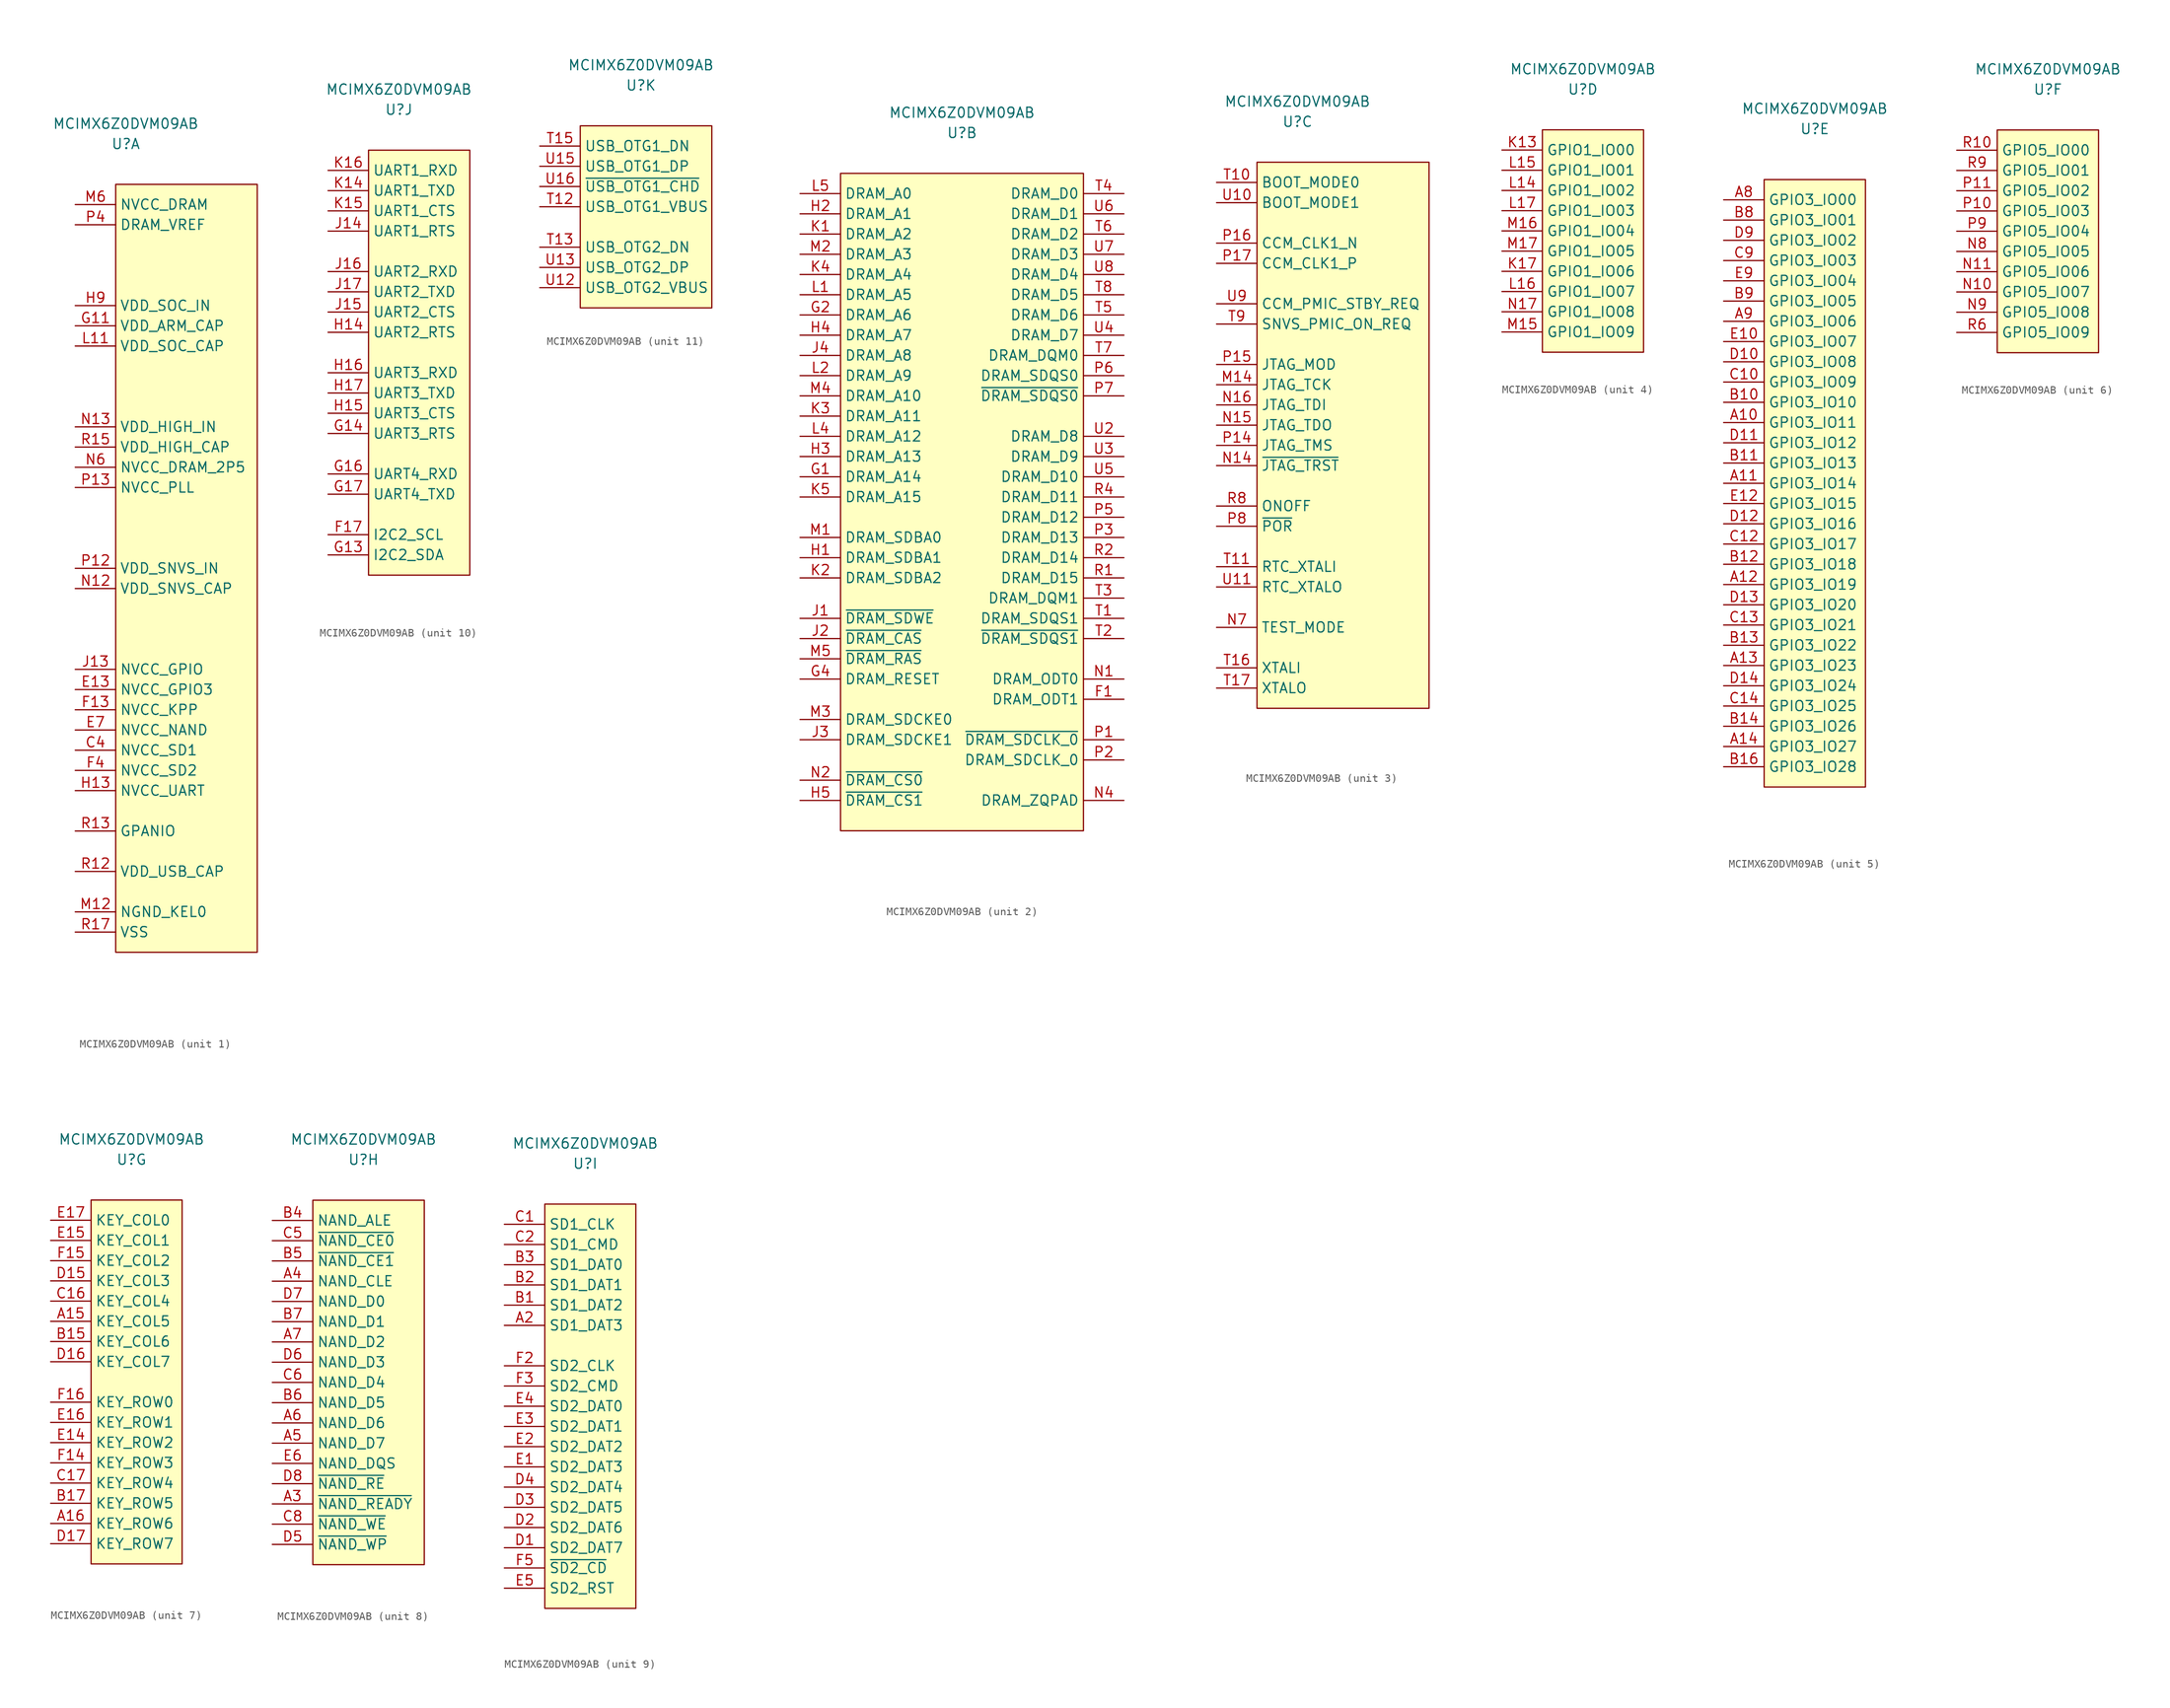
<source format=kicad_sym>
(kicad_symbol_lib
  (version 20220914)
  (generator kicad_symbol_editor)
  (symbol "MCIMX6Z0DVM09AB"
    (property "Reference" "U"
      (at 0 5.08 0)
      (effects (font (size 1.27 1.27))))
    (property "Value" "MCIMX6Z0DVM09AB"
      (at 0 7.62 0)
      (effects (font (size 1.27 1.27))))
    (property "ki_locked" ""
      (at 0 0 0)
      (effects (font (size 1.27 1.27))))
    (symbol "MCIMX6Z0DVM09AB_1_1"
      (rectangle (start -1.27 0) (end 16.51 -96.52) (stroke (width 0.152) (type default)) (fill (type background)))
      (pin passive line (at -6.35 -93.98 0) (length 5.08) hide (name "VSS" (effects (font (size 1.27 1.27)))) (number "A1" (effects (font (size 1.27 1.27)))))
      (pin passive line (at -6.35 -93.98 0) (length 5.08) hide (name "VSS" (effects (font (size 1.27 1.27)))) (number "A17" (effects (font (size 1.27 1.27)))))
      (pin passive line (at -6.35 -93.98 0) (length 5.08) hide (name "VSS" (effects (font (size 1.27 1.27)))) (number "C11" (effects (font (size 1.27 1.27)))))
      (pin passive line (at -6.35 -93.98 0) (length 5.08) hide (name "VSS" (effects (font (size 1.27 1.27)))) (number "C15" (effects (font (size 1.27 1.27)))))
      (pin passive line (at -6.35 -93.98 0) (length 5.08) hide (name "VSS" (effects (font (size 1.27 1.27)))) (number "C3" (effects (font (size 1.27 1.27)))))
      (pin passive line (at -6.35 -71.12 0) (length 5.08) (name "NVCC_SD1" (effects (font (size 1.27 1.27)))) (number "C4" (effects (font (size 1.27 1.27)))))
      (pin passive line (at -6.35 -93.98 0) (length 5.08) hide (name "VSS" (effects (font (size 1.27 1.27)))) (number "C7" (effects (font (size 1.27 1.27)))))
      (pin passive line (at -6.35 -93.98 0) (length 5.08) hide (name "VSS" (effects (font (size 1.27 1.27)))) (number "E11" (effects (font (size 1.27 1.27)))))
      (pin passive line (at -6.35 -63.5 0) (length 5.08) (name "NVCC_GPIO3" (effects (font (size 1.27 1.27)))) (number "E13" (effects (font (size 1.27 1.27)))))
      (pin passive line (at -6.35 -68.58 0) (length 5.08) (name "NVCC_NAND" (effects (font (size 1.27 1.27)))) (number "E7" (effects (font (size 1.27 1.27)))))
      (pin passive line (at -6.35 -93.98 0) (length 5.08) hide (name "VSS" (effects (font (size 1.27 1.27)))) (number "E8" (effects (font (size 1.27 1.27)))))
      (pin passive line (at -6.35 -93.98 0) (length 5.08) hide (name "VSS" (effects (font (size 1.27 1.27)))) (number "F10" (effects (font (size 1.27 1.27)))))
      (pin passive line (at -6.35 -93.98 0) (length 5.08) hide (name "VSS" (effects (font (size 1.27 1.27)))) (number "F11" (effects (font (size 1.27 1.27)))))
      (pin passive line (at -6.35 -93.98 0) (length 5.08) hide (name "VSS" (effects (font (size 1.27 1.27)))) (number "F12" (effects (font (size 1.27 1.27)))))
      (pin passive line (at -6.35 -66.04 0) (length 5.08) (name "NVCC_KPP" (effects (font (size 1.27 1.27)))) (number "F13" (effects (font (size 1.27 1.27)))))
      (pin passive line (at -6.35 -73.66 0) (length 5.08) (name "NVCC_SD2" (effects (font (size 1.27 1.27)))) (number "F4" (effects (font (size 1.27 1.27)))))
      (pin passive line (at -6.35 -93.98 0) (length 5.08) hide (name "VSS" (effects (font (size 1.27 1.27)))) (number "F6" (effects (font (size 1.27 1.27)))))
      (pin passive line (at -6.35 -93.98 0) (length 5.08) hide (name "VSS" (effects (font (size 1.27 1.27)))) (number "F7" (effects (font (size 1.27 1.27)))))
      (pin passive line (at -6.35 -93.98 0) (length 5.08) hide (name "VSS" (effects (font (size 1.27 1.27)))) (number "F8" (effects (font (size 1.27 1.27)))))
      (pin passive line (at -6.35 -93.98 0) (length 5.08) hide (name "VSS" (effects (font (size 1.27 1.27)))) (number "F9" (effects (font (size 1.27 1.27)))))
      (pin passive line (at -6.35 -17.78 0) (length 5.08) hide (name "VDD_ARM_CAP" (effects (font (size 1.27 1.27)))) (number "G10" (effects (font (size 1.27 1.27)))))
      (pin passive line (at -6.35 -17.78 0) (length 5.08) (name "VDD_ARM_CAP" (effects (font (size 1.27 1.27)))) (number "G11" (effects (font (size 1.27 1.27)))))
      (pin passive line (at -6.35 -93.98 0) (length 5.08) hide (name "VSS" (effects (font (size 1.27 1.27)))) (number "G12" (effects (font (size 1.27 1.27)))))
      (pin passive line (at -6.35 -93.98 0) (length 5.08) hide (name "VSS" (effects (font (size 1.27 1.27)))) (number "G15" (effects (font (size 1.27 1.27)))))
      (pin passive line (at -6.35 -93.98 0) (length 5.08) hide (name "VSS" (effects (font (size 1.27 1.27)))) (number "G3" (effects (font (size 1.27 1.27)))))
      (pin passive line (at -6.35 -93.98 0) (length 5.08) hide (name "VSS" (effects (font (size 1.27 1.27)))) (number "G5" (effects (font (size 1.27 1.27)))))
      (pin passive line (at -6.35 -2.54 0) (length 5.08) hide (name "NVCC_DRAM" (effects (font (size 1.27 1.27)))) (number "G6" (effects (font (size 1.27 1.27)))))
      (pin passive line (at -6.35 -93.98 0) (length 5.08) hide (name "VSS" (effects (font (size 1.27 1.27)))) (number "G7" (effects (font (size 1.27 1.27)))))
      (pin passive line (at -6.35 -20.32 0) (length 5.08) hide (name "VDD_SOC_CAP" (effects (font (size 1.27 1.27)))) (number "G8" (effects (font (size 1.27 1.27)))))
      (pin passive line (at -6.35 -17.78 0) (length 5.08) hide (name "VDD_ARM_CAP" (effects (font (size 1.27 1.27)))) (number "G9" (effects (font (size 1.27 1.27)))))
      (pin passive line (at -6.35 -15.24 0) (length 5.08) hide (name "VDD_SOC_IN" (effects (font (size 1.27 1.27)))) (number "H10" (effects (font (size 1.27 1.27)))))
      (pin passive line (at -6.35 -17.78 0) (length 5.08) hide (name "VDD_ARM_CAP" (effects (font (size 1.27 1.27)))) (number "H11" (effects (font (size 1.27 1.27)))))
      (pin passive line (at -6.35 -93.98 0) (length 5.08) hide (name "VSS" (effects (font (size 1.27 1.27)))) (number "H12" (effects (font (size 1.27 1.27)))))
      (pin passive line (at -6.35 -76.2 0) (length 5.08) (name "NVCC_UART" (effects (font (size 1.27 1.27)))) (number "H13" (effects (font (size 1.27 1.27)))))
      (pin passive line (at -6.35 -2.54 0) (length 5.08) hide (name "NVCC_DRAM" (effects (font (size 1.27 1.27)))) (number "H6" (effects (font (size 1.27 1.27)))))
      (pin passive line (at -6.35 -93.98 0) (length 5.08) hide (name "VSS" (effects (font (size 1.27 1.27)))) (number "H7" (effects (font (size 1.27 1.27)))))
      (pin passive line (at -6.35 -20.32 0) (length 5.08) hide (name "VDD_SOC_CAP" (effects (font (size 1.27 1.27)))) (number "H8" (effects (font (size 1.27 1.27)))))
      (pin passive line (at -6.35 -15.24 0) (length 5.08) (name "VDD_SOC_IN" (effects (font (size 1.27 1.27)))) (number "H9" (effects (font (size 1.27 1.27)))))
      (pin passive line (at -6.35 -15.24 0) (length 5.08) hide (name "VDD_SOC_IN" (effects (font (size 1.27 1.27)))) (number "J10" (effects (font (size 1.27 1.27)))))
      (pin passive line (at -6.35 -20.32 0) (length 5.08) hide (name "VDD_SOC_CAP" (effects (font (size 1.27 1.27)))) (number "J11" (effects (font (size 1.27 1.27)))))
      (pin passive line (at -6.35 -93.98 0) (length 5.08) hide (name "VSS" (effects (font (size 1.27 1.27)))) (number "J12" (effects (font (size 1.27 1.27)))))
      (pin passive line (at -6.35 -60.96 0) (length 5.08) (name "NVCC_GPIO" (effects (font (size 1.27 1.27)))) (number "J13" (effects (font (size 1.27 1.27)))))
      (pin passive line (at -6.35 -93.98 0) (length 5.08) hide (name "VSS" (effects (font (size 1.27 1.27)))) (number "J5" (effects (font (size 1.27 1.27)))))
      (pin passive line (at -6.35 -2.54 0) (length 5.08) hide (name "NVCC_DRAM" (effects (font (size 1.27 1.27)))) (number "J6" (effects (font (size 1.27 1.27)))))
      (pin passive line (at -6.35 -93.98 0) (length 5.08) hide (name "VSS" (effects (font (size 1.27 1.27)))) (number "J7" (effects (font (size 1.27 1.27)))))
      (pin passive line (at -6.35 -20.32 0) (length 5.08) hide (name "VDD_SOC_CAP" (effects (font (size 1.27 1.27)))) (number "J8" (effects (font (size 1.27 1.27)))))
      (pin passive line (at -6.35 -15.24 0) (length 5.08) hide (name "VDD_SOC_IN" (effects (font (size 1.27 1.27)))) (number "J9" (effects (font (size 1.27 1.27)))))
      (pin passive line (at -6.35 -15.24 0) (length 5.08) hide (name "VDD_SOC_IN" (effects (font (size 1.27 1.27)))) (number "K10" (effects (font (size 1.27 1.27)))))
      (pin passive line (at -6.35 -20.32 0) (length 5.08) hide (name "VDD_SOC_CAP" (effects (font (size 1.27 1.27)))) (number "K11" (effects (font (size 1.27 1.27)))))
      (pin passive line (at -6.35 -93.98 0) (length 5.08) hide (name "VSS" (effects (font (size 1.27 1.27)))) (number "K12" (effects (font (size 1.27 1.27)))))
      (pin passive line (at -6.35 -2.54 0) (length 5.08) hide (name "NVCC_DRAM" (effects (font (size 1.27 1.27)))) (number "K6" (effects (font (size 1.27 1.27)))))
      (pin passive line (at -6.35 -93.98 0) (length 5.08) hide (name "VSS" (effects (font (size 1.27 1.27)))) (number "K7" (effects (font (size 1.27 1.27)))))
      (pin passive line (at -6.35 -20.32 0) (length 5.08) hide (name "VDD_SOC_CAP" (effects (font (size 1.27 1.27)))) (number "K8" (effects (font (size 1.27 1.27)))))
      (pin passive line (at -6.35 -15.24 0) (length 5.08) hide (name "VDD_SOC_IN" (effects (font (size 1.27 1.27)))) (number "K9" (effects (font (size 1.27 1.27)))))
      (pin passive line (at -6.35 -20.32 0) (length 5.08) hide (name "VDD_SOC_CAP" (effects (font (size 1.27 1.27)))) (number "L10" (effects (font (size 1.27 1.27)))))
      (pin passive line (at -6.35 -20.32 0) (length 5.08) (name "VDD_SOC_CAP" (effects (font (size 1.27 1.27)))) (number "L11" (effects (font (size 1.27 1.27)))))
      (pin passive line (at -6.35 -93.98 0) (length 5.08) hide (name "VSS" (effects (font (size 1.27 1.27)))) (number "L12" (effects (font (size 1.27 1.27)))))
      (pin passive line (at -6.35 -30.48 0) (length 5.08) hide (name "VDD_HIGH_IN" (effects (font (size 1.27 1.27)))) (number "L13" (effects (font (size 1.27 1.27)))))
      (pin passive line (at -6.35 -93.98 0) (length 5.08) hide (name "VSS" (effects (font (size 1.27 1.27)))) (number "L3" (effects (font (size 1.27 1.27)))))
      (pin passive line (at -6.35 -2.54 0) (length 5.08) hide (name "NVCC_DRAM" (effects (font (size 1.27 1.27)))) (number "L6" (effects (font (size 1.27 1.27)))))
      (pin passive line (at -6.35 -93.98 0) (length 5.08) hide (name "VSS" (effects (font (size 1.27 1.27)))) (number "L7" (effects (font (size 1.27 1.27)))))
      (pin passive line (at -6.35 -20.32 0) (length 5.08) hide (name "VDD_SOC_CAP" (effects (font (size 1.27 1.27)))) (number "L8" (effects (font (size 1.27 1.27)))))
      (pin passive line (at -6.35 -20.32 0) (length 5.08) hide (name "VDD_SOC_CAP" (effects (font (size 1.27 1.27)))) (number "L9" (effects (font (size 1.27 1.27)))))
      (pin passive line (at -6.35 -93.98 0) (length 5.08) hide (name "VSS" (effects (font (size 1.27 1.27)))) (number "M10" (effects (font (size 1.27 1.27)))))
      (pin passive line (at -6.35 -93.98 0) (length 5.08) hide (name "VSS" (effects (font (size 1.27 1.27)))) (number "M11" (effects (font (size 1.27 1.27)))))
      (pin passive line (at -6.35 -91.44 0) (length 5.08) (name "NGND_KEL0" (effects (font (size 1.27 1.27)))) (number "M12" (effects (font (size 1.27 1.27)))))
      (pin passive line (at -6.35 -30.48 0) (length 5.08) hide (name "VDD_HIGH_IN" (effects (font (size 1.27 1.27)))) (number "M13" (effects (font (size 1.27 1.27)))))
      (pin passive line (at -6.35 -2.54 0) (length 5.08) (name "NVCC_DRAM" (effects (font (size 1.27 1.27)))) (number "M6" (effects (font (size 1.27 1.27)))))
      (pin passive line (at -6.35 -93.98 0) (length 5.08) hide (name "VSS" (effects (font (size 1.27 1.27)))) (number "M7" (effects (font (size 1.27 1.27)))))
      (pin passive line (at -6.35 -93.98 0) (length 5.08) hide (name "VSS" (effects (font (size 1.27 1.27)))) (number "M8" (effects (font (size 1.27 1.27)))))
      (pin passive line (at -6.35 -93.98 0) (length 5.08) hide (name "VSS" (effects (font (size 1.27 1.27)))) (number "M9" (effects (font (size 1.27 1.27)))))
      (pin passive line (at -6.35 -50.8 0) (length 5.08) (name "VDD_SNVS_CAP" (effects (font (size 1.27 1.27)))) (number "N12" (effects (font (size 1.27 1.27)))))
      (pin passive line (at -6.35 -30.48 0) (length 5.08) (name "VDD_HIGH_IN" (effects (font (size 1.27 1.27)))) (number "N13" (effects (font (size 1.27 1.27)))))
      (pin passive line (at -6.35 -93.98 0) (length 5.08) hide (name "VSS" (effects (font (size 1.27 1.27)))) (number "N3" (effects (font (size 1.27 1.27)))))
      (pin passive line (at -6.35 -93.98 0) (length 5.08) hide (name "VSS" (effects (font (size 1.27 1.27)))) (number "N5" (effects (font (size 1.27 1.27)))))
      (pin passive line (at -6.35 -35.56 0) (length 5.08) (name "NVCC_DRAM_2P5" (effects (font (size 1.27 1.27)))) (number "N6" (effects (font (size 1.27 1.27)))))
      (pin passive line (at -6.35 -48.26 0) (length 5.08) (name "VDD_SNVS_IN" (effects (font (size 1.27 1.27)))) (number "P12" (effects (font (size 1.27 1.27)))))
      (pin passive line (at -6.35 -38.1 0) (length 5.08) (name "NVCC_PLL" (effects (font (size 1.27 1.27)))) (number "P13" (effects (font (size 1.27 1.27)))))
      (pin passive line (at -6.35 -5.08 0) (length 5.08) (name "DRAM_VREF" (effects (font (size 1.27 1.27)))) (number "P4" (effects (font (size 1.27 1.27)))))
      (pin passive line (at -6.35 -93.98 0) (length 5.08) hide (name "VSS" (effects (font (size 1.27 1.27)))) (number "R11" (effects (font (size 1.27 1.27)))))
      (pin passive line (at -6.35 -86.36 0) (length 5.08) (name "VDD_USB_CAP" (effects (font (size 1.27 1.27)))) (number "R12" (effects (font (size 1.27 1.27)))))
      (pin passive line (at -6.35 -81.28 0) (length 5.08) (name "GPANIO" (effects (font (size 1.27 1.27)))) (number "R13" (effects (font (size 1.27 1.27)))))
      (pin passive line (at -6.35 -33.02 0) (length 5.08) hide (name "VDD_HIGH_CAP" (effects (font (size 1.27 1.27)))) (number "R14" (effects (font (size 1.27 1.27)))))
      (pin passive line (at -6.35 -33.02 0) (length 5.08) (name "VDD_HIGH_CAP" (effects (font (size 1.27 1.27)))) (number "R15" (effects (font (size 1.27 1.27)))))
      (pin passive line (at -6.35 -93.98 0) (length 5.08) hide (name "VSS" (effects (font (size 1.27 1.27)))) (number "R16" (effects (font (size 1.27 1.27)))))
      (pin passive line (at -6.35 -93.98 0) (length 5.08) (name "VSS" (effects (font (size 1.27 1.27)))) (number "R17" (effects (font (size 1.27 1.27)))))
      (pin passive line (at -6.35 -93.98 0) (length 5.08) hide (name "VSS" (effects (font (size 1.27 1.27)))) (number "R3" (effects (font (size 1.27 1.27)))))
      (pin passive line (at -6.35 -93.98 0) (length 5.08) hide (name "VSS" (effects (font (size 1.27 1.27)))) (number "R5" (effects (font (size 1.27 1.27)))))
      (pin passive line (at -6.35 -93.98 0) (length 5.08) hide (name "VSS" (effects (font (size 1.27 1.27)))) (number "R7" (effects (font (size 1.27 1.27)))))
      (pin passive line (at -6.35 -93.98 0) (length 5.08) hide (name "VSS" (effects (font (size 1.27 1.27)))) (number "T14" (effects (font (size 1.27 1.27)))))
      (pin passive line (at -6.35 -93.98 0) (length 5.08) hide (name "VSS" (effects (font (size 1.27 1.27)))) (number "U1" (effects (font (size 1.27 1.27)))))
      (pin passive line (at -6.35 -93.98 0) (length 5.08) hide (name "VSS" (effects (font (size 1.27 1.27)))) (number "U14" (effects (font (size 1.27 1.27)))))
      (pin passive line (at -6.35 -93.98 0) (length 5.08) hide (name "VSS" (effects (font (size 1.27 1.27)))) (number "U17" (effects (font (size 1.27 1.27))))))
    (symbol "MCIMX6Z0DVM09AB_2_1"
      (rectangle (start -15.24 0) (end 15.24 -82.55) (stroke (width 0.152) (type default)) (fill (type background)))
      (pin passive line (at 20.32 -66.04 180) (length 5.08) (name "DRAM_ODT1" (effects (font (size 1.27 1.27)))) (number "F1" (effects (font (size 1.27 1.27)))))
      (pin passive line (at -20.32 -38.1 0) (length 5.08) (name "DRAM_A14" (effects (font (size 1.27 1.27)))) (number "G1" (effects (font (size 1.27 1.27)))))
      (pin passive line (at -20.32 -17.78 0) (length 5.08) (name "DRAM_A6" (effects (font (size 1.27 1.27)))) (number "G2" (effects (font (size 1.27 1.27)))))
      (pin passive line (at -20.32 -63.5 0) (length 5.08) (name "DRAM_RESET" (effects (font (size 1.27 1.27)))) (number "G4" (effects (font (size 1.27 1.27)))))
      (pin passive line (at -20.32 -48.26 0) (length 5.08) (name "DRAM_SDBA1" (effects (font (size 1.27 1.27)))) (number "H1" (effects (font (size 1.27 1.27)))))
      (pin passive line (at -20.32 -5.08 0) (length 5.08) (name "DRAM_A1" (effects (font (size 1.27 1.27)))) (number "H2" (effects (font (size 1.27 1.27)))))
      (pin passive line (at -20.32 -35.56 0) (length 5.08) (name "DRAM_A13" (effects (font (size 1.27 1.27)))) (number "H3" (effects (font (size 1.27 1.27)))))
      (pin passive line (at -20.32 -20.32 0) (length 5.08) (name "DRAM_A7" (effects (font (size 1.27 1.27)))) (number "H4" (effects (font (size 1.27 1.27)))))
      (pin passive line (at -20.32 -78.74 0) (length 5.08) (name "~{DRAM_CS1}" (effects (font (size 1.27 1.27)))) (number "H5" (effects (font (size 1.27 1.27)))))
      (pin passive line (at -20.32 -55.88 0) (length 5.08) (name "~{DRAM_SDWE}" (effects (font (size 1.27 1.27)))) (number "J1" (effects (font (size 1.27 1.27)))))
      (pin passive line (at -20.32 -58.42 0) (length 5.08) (name "~{DRAM_CAS}" (effects (font (size 1.27 1.27)))) (number "J2" (effects (font (size 1.27 1.27)))))
      (pin passive line (at -20.32 -71.12 0) (length 5.08) (name "DRAM_SDCKE1" (effects (font (size 1.27 1.27)))) (number "J3" (effects (font (size 1.27 1.27)))))
      (pin passive line (at -20.32 -22.86 0) (length 5.08) (name "DRAM_A8" (effects (font (size 1.27 1.27)))) (number "J4" (effects (font (size 1.27 1.27)))))
      (pin passive line (at -20.32 -7.62 0) (length 5.08) (name "DRAM_A2" (effects (font (size 1.27 1.27)))) (number "K1" (effects (font (size 1.27 1.27)))))
      (pin passive line (at -20.32 -50.8 0) (length 5.08) (name "DRAM_SDBA2" (effects (font (size 1.27 1.27)))) (number "K2" (effects (font (size 1.27 1.27)))))
      (pin passive line (at -20.32 -30.48 0) (length 5.08) (name "DRAM_A11" (effects (font (size 1.27 1.27)))) (number "K3" (effects (font (size 1.27 1.27)))))
      (pin passive line (at -20.32 -12.7 0) (length 5.08) (name "DRAM_A4" (effects (font (size 1.27 1.27)))) (number "K4" (effects (font (size 1.27 1.27)))))
      (pin passive line (at -20.32 -40.64 0) (length 5.08) (name "DRAM_A15" (effects (font (size 1.27 1.27)))) (number "K5" (effects (font (size 1.27 1.27)))))
      (pin passive line (at -20.32 -15.24 0) (length 5.08) (name "DRAM_A5" (effects (font (size 1.27 1.27)))) (number "L1" (effects (font (size 1.27 1.27)))))
      (pin passive line (at -20.32 -25.4 0) (length 5.08) (name "DRAM_A9" (effects (font (size 1.27 1.27)))) (number "L2" (effects (font (size 1.27 1.27)))))
      (pin passive line (at -20.32 -33.02 0) (length 5.08) (name "DRAM_A12" (effects (font (size 1.27 1.27)))) (number "L4" (effects (font (size 1.27 1.27)))))
      (pin passive line (at -20.32 -2.54 0) (length 5.08) (name "DRAM_A0" (effects (font (size 1.27 1.27)))) (number "L5" (effects (font (size 1.27 1.27)))))
      (pin passive line (at -20.32 -45.72 0) (length 5.08) (name "DRAM_SDBA0" (effects (font (size 1.27 1.27)))) (number "M1" (effects (font (size 1.27 1.27)))))
      (pin passive line (at -20.32 -10.16 0) (length 5.08) (name "DRAM_A3" (effects (font (size 1.27 1.27)))) (number "M2" (effects (font (size 1.27 1.27)))))
      (pin passive line (at -20.32 -68.58 0) (length 5.08) (name "DRAM_SDCKE0" (effects (font (size 1.27 1.27)))) (number "M3" (effects (font (size 1.27 1.27)))))
      (pin passive line (at -20.32 -27.94 0) (length 5.08) (name "DRAM_A10" (effects (font (size 1.27 1.27)))) (number "M4" (effects (font (size 1.27 1.27)))))
      (pin passive line (at -20.32 -60.96 0) (length 5.08) (name "~{DRAM_RAS}" (effects (font (size 1.27 1.27)))) (number "M5" (effects (font (size 1.27 1.27)))))
      (pin passive line (at 20.32 -63.5 180) (length 5.08) (name "DRAM_ODT0" (effects (font (size 1.27 1.27)))) (number "N1" (effects (font (size 1.27 1.27)))))
      (pin passive line (at -20.32 -76.2 0) (length 5.08) (name "~{DRAM_CS0}" (effects (font (size 1.27 1.27)))) (number "N2" (effects (font (size 1.27 1.27)))))
      (pin passive line (at 20.32 -78.74 180) (length 5.08) (name "DRAM_ZQPAD" (effects (font (size 1.27 1.27)))) (number "N4" (effects (font (size 1.27 1.27)))))
      (pin passive line (at 20.32 -71.12 180) (length 5.08) (name "~{DRAM_SDCLK_0}" (effects (font (size 1.27 1.27)))) (number "P1" (effects (font (size 1.27 1.27)))))
      (pin passive line (at 20.32 -73.66 180) (length 5.08) (name "DRAM_SDCLK_0" (effects (font (size 1.27 1.27)))) (number "P2" (effects (font (size 1.27 1.27)))))
      (pin passive line (at 20.32 -45.72 180) (length 5.08) (name "DRAM_D13" (effects (font (size 1.27 1.27)))) (number "P3" (effects (font (size 1.27 1.27)))))
      (pin passive line (at 20.32 -43.18 180) (length 5.08) (name "DRAM_D12" (effects (font (size 1.27 1.27)))) (number "P5" (effects (font (size 1.27 1.27)))))
      (pin passive line (at 20.32 -25.4 180) (length 5.08) (name "DRAM_SDQS0" (effects (font (size 1.27 1.27)))) (number "P6" (effects (font (size 1.27 1.27)))))
      (pin passive line (at 20.32 -27.94 180) (length 5.08) (name "~{DRAM_SDQS0}" (effects (font (size 1.27 1.27)))) (number "P7" (effects (font (size 1.27 1.27)))))
      (pin passive line (at 20.32 -50.8 180) (length 5.08) (name "DRAM_D15" (effects (font (size 1.27 1.27)))) (number "R1" (effects (font (size 1.27 1.27)))))
      (pin passive line (at 20.32 -48.26 180) (length 5.08) (name "DRAM_D14" (effects (font (size 1.27 1.27)))) (number "R2" (effects (font (size 1.27 1.27)))))
      (pin passive line (at 20.32 -40.64 180) (length 5.08) (name "DRAM_D11" (effects (font (size 1.27 1.27)))) (number "R4" (effects (font (size 1.27 1.27)))))
      (pin passive line (at 20.32 -55.88 180) (length 5.08) (name "DRAM_SDQS1" (effects (font (size 1.27 1.27)))) (number "T1" (effects (font (size 1.27 1.27)))))
      (pin passive line (at 20.32 -58.42 180) (length 5.08) (name "~{DRAM_SDQS1}" (effects (font (size 1.27 1.27)))) (number "T2" (effects (font (size 1.27 1.27)))))
      (pin passive line (at 20.32 -53.34 180) (length 5.08) (name "DRAM_DQM1" (effects (font (size 1.27 1.27)))) (number "T3" (effects (font (size 1.27 1.27)))))
      (pin passive line (at 20.32 -2.54 180) (length 5.08) (name "DRAM_D0" (effects (font (size 1.27 1.27)))) (number "T4" (effects (font (size 1.27 1.27)))))
      (pin passive line (at 20.32 -17.78 180) (length 5.08) (name "DRAM_D6" (effects (font (size 1.27 1.27)))) (number "T5" (effects (font (size 1.27 1.27)))))
      (pin passive line (at 20.32 -7.62 180) (length 5.08) (name "DRAM_D2" (effects (font (size 1.27 1.27)))) (number "T6" (effects (font (size 1.27 1.27)))))
      (pin passive line (at 20.32 -22.86 180) (length 5.08) (name "DRAM_DQM0" (effects (font (size 1.27 1.27)))) (number "T7" (effects (font (size 1.27 1.27)))))
      (pin passive line (at 20.32 -15.24 180) (length 5.08) (name "DRAM_D5" (effects (font (size 1.27 1.27)))) (number "T8" (effects (font (size 1.27 1.27)))))
      (pin passive line (at 20.32 -33.02 180) (length 5.08) (name "DRAM_D8" (effects (font (size 1.27 1.27)))) (number "U2" (effects (font (size 1.27 1.27)))))
      (pin passive line (at 20.32 -35.56 180) (length 5.08) (name "DRAM_D9" (effects (font (size 1.27 1.27)))) (number "U3" (effects (font (size 1.27 1.27)))))
      (pin passive line (at 20.32 -20.32 180) (length 5.08) (name "DRAM_D7" (effects (font (size 1.27 1.27)))) (number "U4" (effects (font (size 1.27 1.27)))))
      (pin passive line (at 20.32 -38.1 180) (length 5.08) (name "DRAM_D10" (effects (font (size 1.27 1.27)))) (number "U5" (effects (font (size 1.27 1.27)))))
      (pin passive line (at 20.32 -5.08 180) (length 5.08) (name "DRAM_D1" (effects (font (size 1.27 1.27)))) (number "U6" (effects (font (size 1.27 1.27)))))
      (pin passive line (at 20.32 -10.16 180) (length 5.08) (name "DRAM_D3" (effects (font (size 1.27 1.27)))) (number "U7" (effects (font (size 1.27 1.27)))))
      (pin passive line (at 20.32 -12.7 180) (length 5.08) (name "DRAM_D4" (effects (font (size 1.27 1.27)))) (number "U8" (effects (font (size 1.27 1.27))))))
    (symbol "MCIMX6Z0DVM09AB_3_1"
      (rectangle (start -5.08 0) (end 16.51 -68.58) (stroke (width 0.152) (type default)) (fill (type background)))
      (pin passive line (at -10.16 -27.94 0) (length 5.08) (name "JTAG_TCK" (effects (font (size 1.27 1.27)))) (number "M14" (effects (font (size 1.27 1.27)))))
      (pin passive line (at -10.16 -38.1 0) (length 5.08) (name "~{JTAG_TRST}" (effects (font (size 1.27 1.27)))) (number "N14" (effects (font (size 1.27 1.27)))))
      (pin passive line (at -10.16 -33.02 0) (length 5.08) (name "JTAG_TDO" (effects (font (size 1.27 1.27)))) (number "N15" (effects (font (size 1.27 1.27)))))
      (pin passive line (at -10.16 -30.48 0) (length 5.08) (name "JTAG_TDI" (effects (font (size 1.27 1.27)))) (number "N16" (effects (font (size 1.27 1.27)))))
      (pin passive line (at -10.16 -58.42 0) (length 5.08) (name "TEST_MODE" (effects (font (size 1.27 1.27)))) (number "N7" (effects (font (size 1.27 1.27)))))
      (pin passive line (at -10.16 -35.56 0) (length 5.08) (name "JTAG_TMS" (effects (font (size 1.27 1.27)))) (number "P14" (effects (font (size 1.27 1.27)))))
      (pin passive line (at -10.16 -25.4 0) (length 5.08) (name "JTAG_MOD" (effects (font (size 1.27 1.27)))) (number "P15" (effects (font (size 1.27 1.27)))))
      (pin passive line (at -10.16 -10.16 0) (length 5.08) (name "CCM_CLK1_N" (effects (font (size 1.27 1.27)))) (number "P16" (effects (font (size 1.27 1.27)))))
      (pin passive line (at -10.16 -12.7 0) (length 5.08) (name "CCM_CLK1_P" (effects (font (size 1.27 1.27)))) (number "P17" (effects (font (size 1.27 1.27)))))
      (pin passive line (at -10.16 -45.72 0) (length 5.08) (name "~{POR}" (effects (font (size 1.27 1.27)))) (number "P8" (effects (font (size 1.27 1.27)))))
      (pin passive line (at -10.16 -43.18 0) (length 5.08) (name "ONOFF" (effects (font (size 1.27 1.27)))) (number "R8" (effects (font (size 1.27 1.27)))))
      (pin passive line (at -10.16 -2.54 0) (length 5.08) (name "BOOT_MODE0" (effects (font (size 1.27 1.27)))) (number "T10" (effects (font (size 1.27 1.27)))))
      (pin passive line (at -10.16 -50.8 0) (length 5.08) (name "RTC_XTALI" (effects (font (size 1.27 1.27)))) (number "T11" (effects (font (size 1.27 1.27)))))
      (pin passive line (at -10.16 -63.5 0) (length 5.08) (name "XTALI" (effects (font (size 1.27 1.27)))) (number "T16" (effects (font (size 1.27 1.27)))))
      (pin passive line (at -10.16 -66.04 0) (length 5.08) (name "XTALO" (effects (font (size 1.27 1.27)))) (number "T17" (effects (font (size 1.27 1.27)))))
      (pin passive line (at -10.16 -20.32 0) (length 5.08) (name "SNVS_PMIC_ON_REQ" (effects (font (size 1.27 1.27)))) (number "T9" (effects (font (size 1.27 1.27)))))
      (pin passive line (at -10.16 -5.08 0) (length 5.08) (name "BOOT_MODE1" (effects (font (size 1.27 1.27)))) (number "U10" (effects (font (size 1.27 1.27)))))
      (pin passive line (at -10.16 -53.34 0) (length 5.08) (name "RTC_XTALO" (effects (font (size 1.27 1.27)))) (number "U11" (effects (font (size 1.27 1.27)))))
      (pin passive line (at -10.16 -17.78 0) (length 5.08) (name "CCM_PMIC_STBY_REQ" (effects (font (size 1.27 1.27)))) (number "U9" (effects (font (size 1.27 1.27))))))
    (symbol "MCIMX6Z0DVM09AB_4_1"
      (rectangle (start -5.08 0) (end 7.62 -27.94) (stroke (width 0.152) (type default)) (fill (type background)))
      (pin passive line (at -10.16 -2.54 0) (length 5.08) (name "GPIO1_IO00" (effects (font (size 1.27 1.27)))) (number "K13" (effects (font (size 1.27 1.27)))))
      (pin passive line (at -10.16 -17.78 0) (length 5.08) (name "GPIO1_IO06" (effects (font (size 1.27 1.27)))) (number "K17" (effects (font (size 1.27 1.27)))))
      (pin passive line (at -10.16 -7.62 0) (length 5.08) (name "GPIO1_IO02" (effects (font (size 1.27 1.27)))) (number "L14" (effects (font (size 1.27 1.27)))))
      (pin passive line (at -10.16 -5.08 0) (length 5.08) (name "GPIO1_IO01" (effects (font (size 1.27 1.27)))) (number "L15" (effects (font (size 1.27 1.27)))))
      (pin passive line (at -10.16 -20.32 0) (length 5.08) (name "GPIO1_IO07" (effects (font (size 1.27 1.27)))) (number "L16" (effects (font (size 1.27 1.27)))))
      (pin passive line (at -10.16 -10.16 0) (length 5.08) (name "GPIO1_IO03" (effects (font (size 1.27 1.27)))) (number "L17" (effects (font (size 1.27 1.27)))))
      (pin passive line (at -10.16 -25.4 0) (length 5.08) (name "GPIO1_IO09" (effects (font (size 1.27 1.27)))) (number "M15" (effects (font (size 1.27 1.27)))))
      (pin passive line (at -10.16 -12.7 0) (length 5.08) (name "GPIO1_IO04" (effects (font (size 1.27 1.27)))) (number "M16" (effects (font (size 1.27 1.27)))))
      (pin passive line (at -10.16 -15.24 0) (length 5.08) (name "GPIO1_IO05" (effects (font (size 1.27 1.27)))) (number "M17" (effects (font (size 1.27 1.27)))))
      (pin passive line (at -10.16 -22.86 0) (length 5.08) (name "GPIO1_IO08" (effects (font (size 1.27 1.27)))) (number "N17" (effects (font (size 1.27 1.27))))))
    (symbol "MCIMX6Z0DVM09AB_5_1"
      (rectangle (start -6.35 -1.27) (end 6.35 -77.47) (stroke (width 0.152) (type default)) (fill (type background)))
      (pin passive line (at -11.43 -31.75 0) (length 5.08) (name "GPIO3_IO11" (effects (font (size 1.27 1.27)))) (number "A10" (effects (font (size 1.27 1.27)))))
      (pin passive line (at -11.43 -39.37 0) (length 5.08) (name "GPIO3_IO14" (effects (font (size 1.27 1.27)))) (number "A11" (effects (font (size 1.27 1.27)))))
      (pin passive line (at -11.43 -52.07 0) (length 5.08) (name "GPIO3_IO19" (effects (font (size 1.27 1.27)))) (number "A12" (effects (font (size 1.27 1.27)))))
      (pin passive line (at -11.43 -62.23 0) (length 5.08) (name "GPIO3_IO23" (effects (font (size 1.27 1.27)))) (number "A13" (effects (font (size 1.27 1.27)))))
      (pin passive line (at -11.43 -72.39 0) (length 5.08) (name "GPIO3_IO27" (effects (font (size 1.27 1.27)))) (number "A14" (effects (font (size 1.27 1.27)))))
      (pin passive line (at -11.43 -3.81 0) (length 5.08) (name "GPIO3_IO00" (effects (font (size 1.27 1.27)))) (number "A8" (effects (font (size 1.27 1.27)))))
      (pin passive line (at -11.43 -19.05 0) (length 5.08) (name "GPIO3_IO06" (effects (font (size 1.27 1.27)))) (number "A9" (effects (font (size 1.27 1.27)))))
      (pin passive line (at -11.43 -29.21 0) (length 5.08) (name "GPIO3_IO10" (effects (font (size 1.27 1.27)))) (number "B10" (effects (font (size 1.27 1.27)))))
      (pin passive line (at -11.43 -36.83 0) (length 5.08) (name "GPIO3_IO13" (effects (font (size 1.27 1.27)))) (number "B11" (effects (font (size 1.27 1.27)))))
      (pin passive line (at -11.43 -49.53 0) (length 5.08) (name "GPIO3_IO18" (effects (font (size 1.27 1.27)))) (number "B12" (effects (font (size 1.27 1.27)))))
      (pin passive line (at -11.43 -59.69 0) (length 5.08) (name "GPIO3_IO22" (effects (font (size 1.27 1.27)))) (number "B13" (effects (font (size 1.27 1.27)))))
      (pin passive line (at -11.43 -69.85 0) (length 5.08) (name "GPIO3_IO26" (effects (font (size 1.27 1.27)))) (number "B14" (effects (font (size 1.27 1.27)))))
      (pin passive line (at -11.43 -74.93 0) (length 5.08) (name "GPIO3_IO28" (effects (font (size 1.27 1.27)))) (number "B16" (effects (font (size 1.27 1.27)))))
      (pin passive line (at -11.43 -6.35 0) (length 5.08) (name "GPIO3_IO01" (effects (font (size 1.27 1.27)))) (number "B8" (effects (font (size 1.27 1.27)))))
      (pin passive line (at -11.43 -16.51 0) (length 5.08) (name "GPIO3_IO05" (effects (font (size 1.27 1.27)))) (number "B9" (effects (font (size 1.27 1.27)))))
      (pin passive line (at -11.43 -26.67 0) (length 5.08) (name "GPIO3_IO09" (effects (font (size 1.27 1.27)))) (number "C10" (effects (font (size 1.27 1.27)))))
      (pin passive line (at -11.43 -46.99 0) (length 5.08) (name "GPIO3_IO17" (effects (font (size 1.27 1.27)))) (number "C12" (effects (font (size 1.27 1.27)))))
      (pin passive line (at -11.43 -57.15 0) (length 5.08) (name "GPIO3_IO21" (effects (font (size 1.27 1.27)))) (number "C13" (effects (font (size 1.27 1.27)))))
      (pin passive line (at -11.43 -67.31 0) (length 5.08) (name "GPIO3_IO25" (effects (font (size 1.27 1.27)))) (number "C14" (effects (font (size 1.27 1.27)))))
      (pin passive line (at -11.43 -11.43 0) (length 5.08) (name "GPIO3_IO03" (effects (font (size 1.27 1.27)))) (number "C9" (effects (font (size 1.27 1.27)))))
      (pin passive line (at -11.43 -24.13 0) (length 5.08) (name "GPIO3_IO08" (effects (font (size 1.27 1.27)))) (number "D10" (effects (font (size 1.27 1.27)))))
      (pin passive line (at -11.43 -34.29 0) (length 5.08) (name "GPIO3_IO12" (effects (font (size 1.27 1.27)))) (number "D11" (effects (font (size 1.27 1.27)))))
      (pin passive line (at -11.43 -44.45 0) (length 5.08) (name "GPIO3_IO16" (effects (font (size 1.27 1.27)))) (number "D12" (effects (font (size 1.27 1.27)))))
      (pin passive line (at -11.43 -54.61 0) (length 5.08) (name "GPIO3_IO20" (effects (font (size 1.27 1.27)))) (number "D13" (effects (font (size 1.27 1.27)))))
      (pin passive line (at -11.43 -64.77 0) (length 5.08) (name "GPIO3_IO24" (effects (font (size 1.27 1.27)))) (number "D14" (effects (font (size 1.27 1.27)))))
      (pin passive line (at -11.43 -8.89 0) (length 5.08) (name "GPIO3_IO02" (effects (font (size 1.27 1.27)))) (number "D9" (effects (font (size 1.27 1.27)))))
      (pin passive line (at -11.43 -21.59 0) (length 5.08) (name "GPIO3_IO07" (effects (font (size 1.27 1.27)))) (number "E10" (effects (font (size 1.27 1.27)))))
      (pin passive line (at -11.43 -41.91 0) (length 5.08) (name "GPIO3_IO15" (effects (font (size 1.27 1.27)))) (number "E12" (effects (font (size 1.27 1.27)))))
      (pin passive line (at -11.43 -13.97 0) (length 5.08) (name "GPIO3_IO04" (effects (font (size 1.27 1.27)))) (number "E9" (effects (font (size 1.27 1.27))))))
    (symbol "MCIMX6Z0DVM09AB_6_1"
      (rectangle (start -6.35 0) (end 6.35 -27.94) (stroke (width 0.152) (type default)) (fill (type background)))
      (pin passive line (at -11.43 -20.32 0) (length 5.08) (name "GPIO5_IO07" (effects (font (size 1.27 1.27)))) (number "N10" (effects (font (size 1.27 1.27)))))
      (pin passive line (at -11.43 -17.78 0) (length 5.08) (name "GPIO5_IO06" (effects (font (size 1.27 1.27)))) (number "N11" (effects (font (size 1.27 1.27)))))
      (pin passive line (at -11.43 -15.24 0) (length 5.08) (name "GPIO5_IO05" (effects (font (size 1.27 1.27)))) (number "N8" (effects (font (size 1.27 1.27)))))
      (pin passive line (at -11.43 -22.86 0) (length 5.08) (name "GPIO5_IO08" (effects (font (size 1.27 1.27)))) (number "N9" (effects (font (size 1.27 1.27)))))
      (pin passive line (at -11.43 -10.16 0) (length 5.08) (name "GPIO5_IO03" (effects (font (size 1.27 1.27)))) (number "P10" (effects (font (size 1.27 1.27)))))
      (pin passive line (at -11.43 -7.62 0) (length 5.08) (name "GPIO5_IO02" (effects (font (size 1.27 1.27)))) (number "P11" (effects (font (size 1.27 1.27)))))
      (pin passive line (at -11.43 -12.7 0) (length 5.08) (name "GPIO5_IO04" (effects (font (size 1.27 1.27)))) (number "P9" (effects (font (size 1.27 1.27)))))
      (pin passive line (at -11.43 -2.54 0) (length 5.08) (name "GPIO5_IO00" (effects (font (size 1.27 1.27)))) (number "R10" (effects (font (size 1.27 1.27)))))
      (pin passive line (at -11.43 -25.4 0) (length 5.08) (name "GPIO5_IO09" (effects (font (size 1.27 1.27)))) (number "R6" (effects (font (size 1.27 1.27)))))
      (pin passive line (at -11.43 -5.08 0) (length 5.08) (name "GPIO5_IO01" (effects (font (size 1.27 1.27)))) (number "R9" (effects (font (size 1.27 1.27))))))
    (symbol "MCIMX6Z0DVM09AB_7_1"
      (rectangle (start -5.08 0) (end 6.35 -45.72) (stroke (width 0.152) (type default)) (fill (type background)))
      (pin passive line (at -10.16 -15.24 0) (length 5.08) (name "KEY_COL5" (effects (font (size 1.27 1.27)))) (number "A15" (effects (font (size 1.27 1.27)))))
      (pin passive line (at -10.16 -40.64 0) (length 5.08) (name "KEY_ROW6" (effects (font (size 1.27 1.27)))) (number "A16" (effects (font (size 1.27 1.27)))))
      (pin passive line (at -10.16 -17.78 0) (length 5.08) (name "KEY_COL6" (effects (font (size 1.27 1.27)))) (number "B15" (effects (font (size 1.27 1.27)))))
      (pin passive line (at -10.16 -38.1 0) (length 5.08) (name "KEY_ROW5" (effects (font (size 1.27 1.27)))) (number "B17" (effects (font (size 1.27 1.27)))))
      (pin passive line (at -10.16 -12.7 0) (length 5.08) (name "KEY_COL4" (effects (font (size 1.27 1.27)))) (number "C16" (effects (font (size 1.27 1.27)))))
      (pin passive line (at -10.16 -35.56 0) (length 5.08) (name "KEY_ROW4" (effects (font (size 1.27 1.27)))) (number "C17" (effects (font (size 1.27 1.27)))))
      (pin passive line (at -10.16 -10.16 0) (length 5.08) (name "KEY_COL3" (effects (font (size 1.27 1.27)))) (number "D15" (effects (font (size 1.27 1.27)))))
      (pin passive line (at -10.16 -20.32 0) (length 5.08) (name "KEY_COL7" (effects (font (size 1.27 1.27)))) (number "D16" (effects (font (size 1.27 1.27)))))
      (pin passive line (at -10.16 -43.18 0) (length 5.08) (name "KEY_ROW7" (effects (font (size 1.27 1.27)))) (number "D17" (effects (font (size 1.27 1.27)))))
      (pin passive line (at -10.16 -30.48 0) (length 5.08) (name "KEY_ROW2" (effects (font (size 1.27 1.27)))) (number "E14" (effects (font (size 1.27 1.27)))))
      (pin passive line (at -10.16 -5.08 0) (length 5.08) (name "KEY_COL1" (effects (font (size 1.27 1.27)))) (number "E15" (effects (font (size 1.27 1.27)))))
      (pin passive line (at -10.16 -27.94 0) (length 5.08) (name "KEY_ROW1" (effects (font (size 1.27 1.27)))) (number "E16" (effects (font (size 1.27 1.27)))))
      (pin passive line (at -10.16 -2.54 0) (length 5.08) (name "KEY_COL0" (effects (font (size 1.27 1.27)))) (number "E17" (effects (font (size 1.27 1.27)))))
      (pin passive line (at -10.16 -33.02 0) (length 5.08) (name "KEY_ROW3" (effects (font (size 1.27 1.27)))) (number "F14" (effects (font (size 1.27 1.27)))))
      (pin passive line (at -10.16 -7.62 0) (length 5.08) (name "KEY_COL2" (effects (font (size 1.27 1.27)))) (number "F15" (effects (font (size 1.27 1.27)))))
      (pin passive line (at -10.16 -25.4 0) (length 5.08) (name "KEY_ROW0" (effects (font (size 1.27 1.27)))) (number "F16" (effects (font (size 1.27 1.27))))))
    (symbol "MCIMX6Z0DVM09AB_8_1"
      (rectangle (start -6.35 0) (end 7.62 -45.72) (stroke (width 0.152) (type default)) (fill (type background)))
      (pin passive line (at -11.43 -38.1 0) (length 5.08) (name "~{NAND_READY}" (effects (font (size 1.27 1.27)))) (number "A3" (effects (font (size 1.27 1.27)))))
      (pin passive line (at -11.43 -10.16 0) (length 5.08) (name "NAND_CLE" (effects (font (size 1.27 1.27)))) (number "A4" (effects (font (size 1.27 1.27)))))
      (pin passive line (at -11.43 -30.48 0) (length 5.08) (name "NAND_D7" (effects (font (size 1.27 1.27)))) (number "A5" (effects (font (size 1.27 1.27)))))
      (pin passive line (at -11.43 -27.94 0) (length 5.08) (name "NAND_D6" (effects (font (size 1.27 1.27)))) (number "A6" (effects (font (size 1.27 1.27)))))
      (pin passive line (at -11.43 -17.78 0) (length 5.08) (name "NAND_D2" (effects (font (size 1.27 1.27)))) (number "A7" (effects (font (size 1.27 1.27)))))
      (pin passive line (at -11.43 -2.54 0) (length 5.08) (name "NAND_ALE" (effects (font (size 1.27 1.27)))) (number "B4" (effects (font (size 1.27 1.27)))))
      (pin passive line (at -11.43 -7.62 0) (length 5.08) (name "~{NAND_CE1}" (effects (font (size 1.27 1.27)))) (number "B5" (effects (font (size 1.27 1.27)))))
      (pin passive line (at -11.43 -25.4 0) (length 5.08) (name "NAND_D5" (effects (font (size 1.27 1.27)))) (number "B6" (effects (font (size 1.27 1.27)))))
      (pin passive line (at -11.43 -15.24 0) (length 5.08) (name "NAND_D1" (effects (font (size 1.27 1.27)))) (number "B7" (effects (font (size 1.27 1.27)))))
      (pin passive line (at -11.43 -5.08 0) (length 5.08) (name "~{NAND_CE0}" (effects (font (size 1.27 1.27)))) (number "C5" (effects (font (size 1.27 1.27)))))
      (pin passive line (at -11.43 -22.86 0) (length 5.08) (name "NAND_D4" (effects (font (size 1.27 1.27)))) (number "C6" (effects (font (size 1.27 1.27)))))
      (pin passive line (at -11.43 -40.64 0) (length 5.08) (name "~{NAND_WE}" (effects (font (size 1.27 1.27)))) (number "C8" (effects (font (size 1.27 1.27)))))
      (pin passive line (at -11.43 -43.18 0) (length 5.08) (name "~{NAND_WP}" (effects (font (size 1.27 1.27)))) (number "D5" (effects (font (size 1.27 1.27)))))
      (pin passive line (at -11.43 -20.32 0) (length 5.08) (name "NAND_D3" (effects (font (size 1.27 1.27)))) (number "D6" (effects (font (size 1.27 1.27)))))
      (pin passive line (at -11.43 -12.7 0) (length 5.08) (name "NAND_D0" (effects (font (size 1.27 1.27)))) (number "D7" (effects (font (size 1.27 1.27)))))
      (pin passive line (at -11.43 -35.56 0) (length 5.08) (name "~{NAND_RE}" (effects (font (size 1.27 1.27)))) (number "D8" (effects (font (size 1.27 1.27)))))
      (pin passive line (at -11.43 -33.02 0) (length 5.08) (name "NAND_DQS" (effects (font (size 1.27 1.27)))) (number "E6" (effects (font (size 1.27 1.27))))))
    (symbol "MCIMX6Z0DVM09AB_9_1"
      (rectangle (start -5.08 0) (end 6.35 -50.8) (stroke (width 0.152) (type default)) (fill (type background)))
      (pin passive line (at -10.16 -15.24 0) (length 5.08) (name "SD1_DAT3" (effects (font (size 1.27 1.27)))) (number "A2" (effects (font (size 1.27 1.27)))))
      (pin passive line (at -10.16 -12.7 0) (length 5.08) (name "SD1_DAT2" (effects (font (size 1.27 1.27)))) (number "B1" (effects (font (size 1.27 1.27)))))
      (pin passive line (at -10.16 -10.16 0) (length 5.08) (name "SD1_DAT1" (effects (font (size 1.27 1.27)))) (number "B2" (effects (font (size 1.27 1.27)))))
      (pin passive line (at -10.16 -7.62 0) (length 5.08) (name "SD1_DAT0" (effects (font (size 1.27 1.27)))) (number "B3" (effects (font (size 1.27 1.27)))))
      (pin passive line (at -10.16 -2.54 0) (length 5.08) (name "SD1_CLK" (effects (font (size 1.27 1.27)))) (number "C1" (effects (font (size 1.27 1.27)))))
      (pin passive line (at -10.16 -5.08 0) (length 5.08) (name "SD1_CMD" (effects (font (size 1.27 1.27)))) (number "C2" (effects (font (size 1.27 1.27)))))
      (pin passive line (at -10.16 -43.18 0) (length 5.08) (name "SD2_DAT7" (effects (font (size 1.27 1.27)))) (number "D1" (effects (font (size 1.27 1.27)))))
      (pin passive line (at -10.16 -40.64 0) (length 5.08) (name "SD2_DAT6" (effects (font (size 1.27 1.27)))) (number "D2" (effects (font (size 1.27 1.27)))))
      (pin passive line (at -10.16 -38.1 0) (length 5.08) (name "SD2_DAT5" (effects (font (size 1.27 1.27)))) (number "D3" (effects (font (size 1.27 1.27)))))
      (pin passive line (at -10.16 -35.56 0) (length 5.08) (name "SD2_DAT4" (effects (font (size 1.27 1.27)))) (number "D4" (effects (font (size 1.27 1.27)))))
      (pin passive line (at -10.16 -33.02 0) (length 5.08) (name "SD2_DAT3" (effects (font (size 1.27 1.27)))) (number "E1" (effects (font (size 1.27 1.27)))))
      (pin passive line (at -10.16 -30.48 0) (length 5.08) (name "SD2_DAT2" (effects (font (size 1.27 1.27)))) (number "E2" (effects (font (size 1.27 1.27)))))
      (pin passive line (at -10.16 -27.94 0) (length 5.08) (name "SD2_DAT1" (effects (font (size 1.27 1.27)))) (number "E3" (effects (font (size 1.27 1.27)))))
      (pin passive line (at -10.16 -25.4 0) (length 5.08) (name "SD2_DAT0" (effects (font (size 1.27 1.27)))) (number "E4" (effects (font (size 1.27 1.27)))))
      (pin passive line (at -10.16 -48.26 0) (length 5.08) (name "SD2_RST" (effects (font (size 1.27 1.27)))) (number "E5" (effects (font (size 1.27 1.27)))))
      (pin passive line (at -10.16 -20.32 0) (length 5.08) (name "SD2_CLK" (effects (font (size 1.27 1.27)))) (number "F2" (effects (font (size 1.27 1.27)))))
      (pin passive line (at -10.16 -22.86 0) (length 5.08) (name "SD2_CMD" (effects (font (size 1.27 1.27)))) (number "F3" (effects (font (size 1.27 1.27)))))
      (pin passive line (at -10.16 -45.72 0) (length 5.08) (name "~{SD2_CD}" (effects (font (size 1.27 1.27)))) (number "F5" (effects (font (size 1.27 1.27))))))
    (symbol "MCIMX6Z0DVM09AB_10_1"
      (rectangle (start -3.81 0) (end 8.89 -53.34) (stroke (width 0.152) (type default)) (fill (type background)))
      (pin passive line (at -8.89 -48.26 0) (length 5.08) (name "I2C2_SCL" (effects (font (size 1.27 1.27)))) (number "F17" (effects (font (size 1.27 1.27)))))
      (pin passive line (at -8.89 -50.8 0) (length 5.08) (name "I2C2_SDA" (effects (font (size 1.27 1.27)))) (number "G13" (effects (font (size 1.27 1.27)))))
      (pin passive line (at -8.89 -35.56 0) (length 5.08) (name "UART3_RTS" (effects (font (size 1.27 1.27)))) (number "G14" (effects (font (size 1.27 1.27)))))
      (pin passive line (at -8.89 -40.64 0) (length 5.08) (name "UART4_RXD" (effects (font (size 1.27 1.27)))) (number "G16" (effects (font (size 1.27 1.27)))))
      (pin passive line (at -8.89 -43.18 0) (length 5.08) (name "UART4_TXD" (effects (font (size 1.27 1.27)))) (number "G17" (effects (font (size 1.27 1.27)))))
      (pin passive line (at -8.89 -22.86 0) (length 5.08) (name "UART2_RTS" (effects (font (size 1.27 1.27)))) (number "H14" (effects (font (size 1.27 1.27)))))
      (pin passive line (at -8.89 -33.02 0) (length 5.08) (name "UART3_CTS" (effects (font (size 1.27 1.27)))) (number "H15" (effects (font (size 1.27 1.27)))))
      (pin passive line (at -8.89 -27.94 0) (length 5.08) (name "UART3_RXD" (effects (font (size 1.27 1.27)))) (number "H16" (effects (font (size 1.27 1.27)))))
      (pin passive line (at -8.89 -30.48 0) (length 5.08) (name "UART3_TXD" (effects (font (size 1.27 1.27)))) (number "H17" (effects (font (size 1.27 1.27)))))
      (pin passive line (at -8.89 -10.16 0) (length 5.08) (name "UART1_RTS" (effects (font (size 1.27 1.27)))) (number "J14" (effects (font (size 1.27 1.27)))))
      (pin passive line (at -8.89 -20.32 0) (length 5.08) (name "UART2_CTS" (effects (font (size 1.27 1.27)))) (number "J15" (effects (font (size 1.27 1.27)))))
      (pin passive line (at -8.89 -15.24 0) (length 5.08) (name "UART2_RXD" (effects (font (size 1.27 1.27)))) (number "J16" (effects (font (size 1.27 1.27)))))
      (pin passive line (at -8.89 -17.78 0) (length 5.08) (name "UART2_TXD" (effects (font (size 1.27 1.27)))) (number "J17" (effects (font (size 1.27 1.27)))))
      (pin passive line (at -8.89 -5.08 0) (length 5.08) (name "UART1_TXD" (effects (font (size 1.27 1.27)))) (number "K14" (effects (font (size 1.27 1.27)))))
      (pin passive line (at -8.89 -7.62 0) (length 5.08) (name "UART1_CTS" (effects (font (size 1.27 1.27)))) (number "K15" (effects (font (size 1.27 1.27)))))
      (pin passive line (at -8.89 -2.54 0) (length 5.08) (name "UART1_RXD" (effects (font (size 1.27 1.27)))) (number "K16" (effects (font (size 1.27 1.27))))))
    (symbol "MCIMX6Z0DVM09AB_11_1"
      (rectangle (start -7.62 0) (end 8.89 -22.86) (stroke (width 0.152) (type default)) (fill (type background)))
      (pin passive line (at -12.7 -10.16 0) (length 5.08) (name "USB_OTG1_VBUS" (effects (font (size 1.27 1.27)))) (number "T12" (effects (font (size 1.27 1.27)))))
      (pin passive line (at -12.7 -15.24 0) (length 5.08) (name "USB_OTG2_DN" (effects (font (size 1.27 1.27)))) (number "T13" (effects (font (size 1.27 1.27)))))
      (pin passive line (at -12.7 -2.54 0) (length 5.08) (name "USB_OTG1_DN" (effects (font (size 1.27 1.27)))) (number "T15" (effects (font (size 1.27 1.27)))))
      (pin passive line (at -12.7 -20.32 0) (length 5.08) (name "USB_OTG2_VBUS" (effects (font (size 1.27 1.27)))) (number "U12" (effects (font (size 1.27 1.27)))))
      (pin passive line (at -12.7 -17.78 0) (length 5.08) (name "USB_OTG2_DP" (effects (font (size 1.27 1.27)))) (number "U13" (effects (font (size 1.27 1.27)))))
      (pin passive line (at -12.7 -5.08 0) (length 5.08) (name "USB_OTG1_DP" (effects (font (size 1.27 1.27)))) (number "U15" (effects (font (size 1.27 1.27)))))
      (pin passive line (at -12.7 -7.62 0) (length 5.08) (name "~{USB_OTG1_CHD}" (effects (font (size 1.27 1.27)))) (number "U16" (effects (font (size 1.27 1.27))))))))
</source>
